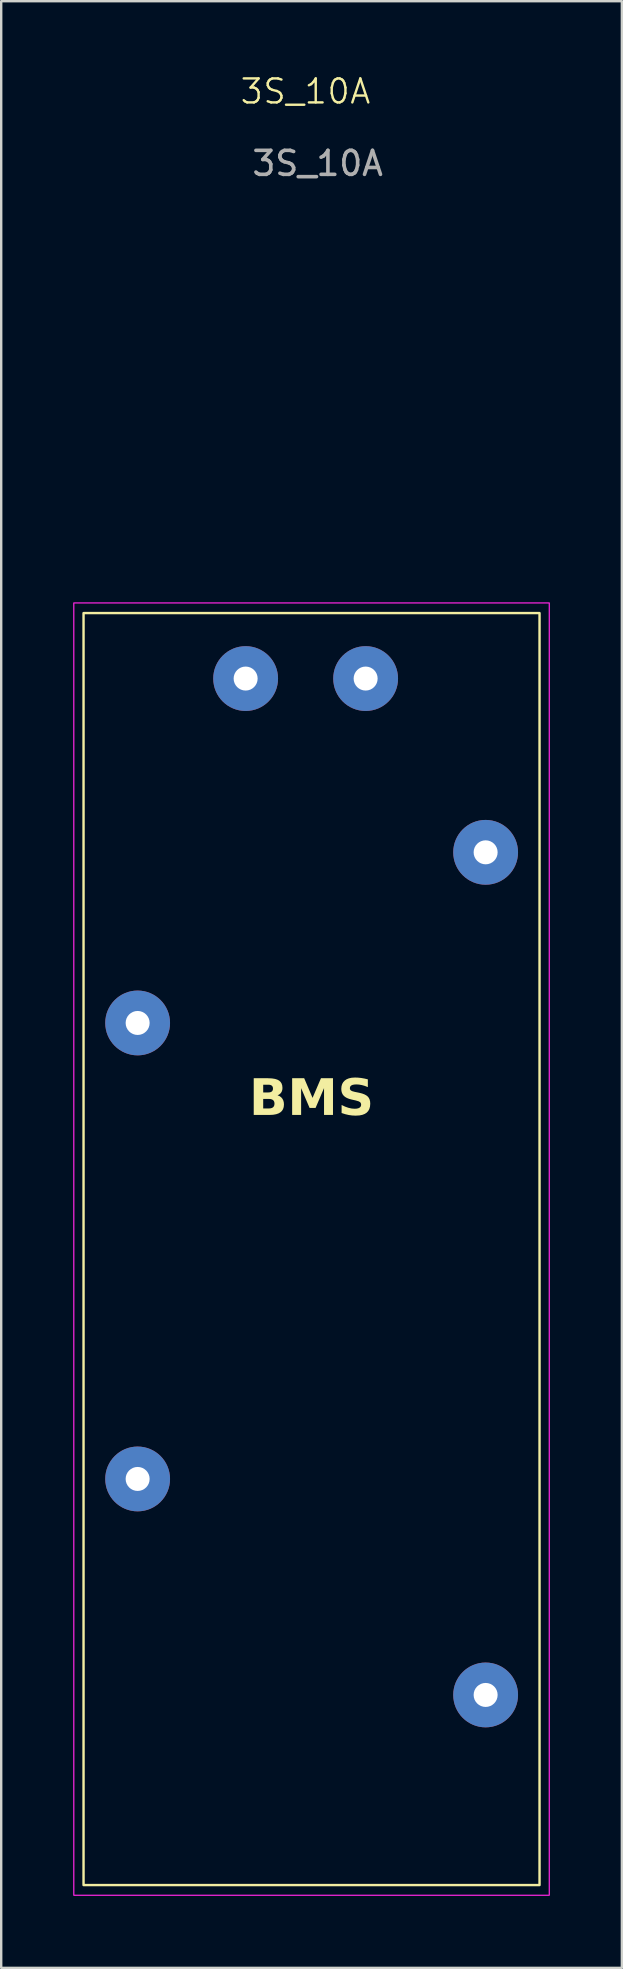
<source format=kicad_pcb>
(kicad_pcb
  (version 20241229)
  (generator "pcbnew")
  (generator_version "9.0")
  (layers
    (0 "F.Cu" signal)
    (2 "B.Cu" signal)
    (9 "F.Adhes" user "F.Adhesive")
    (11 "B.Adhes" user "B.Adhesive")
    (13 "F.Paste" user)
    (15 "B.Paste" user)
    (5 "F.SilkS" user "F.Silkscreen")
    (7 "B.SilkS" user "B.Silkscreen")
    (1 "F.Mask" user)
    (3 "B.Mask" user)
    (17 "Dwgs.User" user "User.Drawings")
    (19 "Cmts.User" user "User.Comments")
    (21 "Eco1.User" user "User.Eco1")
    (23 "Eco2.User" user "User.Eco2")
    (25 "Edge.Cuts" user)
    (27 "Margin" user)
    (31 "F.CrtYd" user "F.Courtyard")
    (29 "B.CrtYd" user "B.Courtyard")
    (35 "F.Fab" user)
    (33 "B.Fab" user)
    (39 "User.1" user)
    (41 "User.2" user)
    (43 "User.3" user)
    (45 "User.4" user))
  (footprint "3S_10A"
    (layer "F.Cu")
    (at 9.931 48.996)
    (property "Reference" "3S_10A" (at -0.254 -48.236 0) (unlocked yes) (layer "F.SilkS") (effects (font (size 1 1) (thickness 0.1))))
    (attr through_hole)
    (fp_rect (start -9.5 -26.5) (end 9.5 26.5) (stroke (width 0.1) (type default)) (fill no) (layer "F.SilkS"))
    (fp_rect (start -9.906 -26.924) (end 9.906 26.924) (stroke (width 0.05) (type default)) (fill no) (layer "F.CrtYd"))
    (fp_text user "BMS" (at 0 -5.334 0) (unlocked yes) (layer "F.SilkS") (effects (font (face "Arial") (size 1.5 1.5) (thickness 0.2) (bold yes)) (justify bottom)))
    (fp_text user "${REFERENCE}" (at 0.254 -45.236 0) (unlocked yes) (layer "F.Fab") (effects (font (size 1 1) (thickness 0.15))))
    (pad "1" thru_hole circle (at -2.746 -23.772) (size 2.7 2.7) (drill 1) (layers "*.Cu" "*.Mask"))
    (pad "2" thru_hole circle (at -7.246 -9.422) (size 2.7 2.7) (drill 1) (layers "*.Cu" "*.Mask"))
    (pad "3" thru_hole circle (at -7.246 9.578) (size 2.7 2.7) (drill 1) (layers "*.Cu" "*.Mask"))
    (pad "4" thru_hole circle (at 7.254 18.578) (size 2.7 2.7) (drill 1) (layers "*.Cu" "*.Mask"))
    (pad "5" thru_hole circle (at 7.254 -16.532) (size 2.7 2.7) (drill 1) (layers "*.Cu" "*.Mask"))
    (pad "6" thru_hole circle (at 2.254 -23.772) (size 2.7 2.7) (drill 1) (layers "*.Cu" "*.Mask")))
  (gr_rect
    (start -3 -3)
    (end 22.862 78.945)
    (stroke (width 0.1) (type default))
    (fill no)
    (layer "Edge.Cuts")))
</source>
